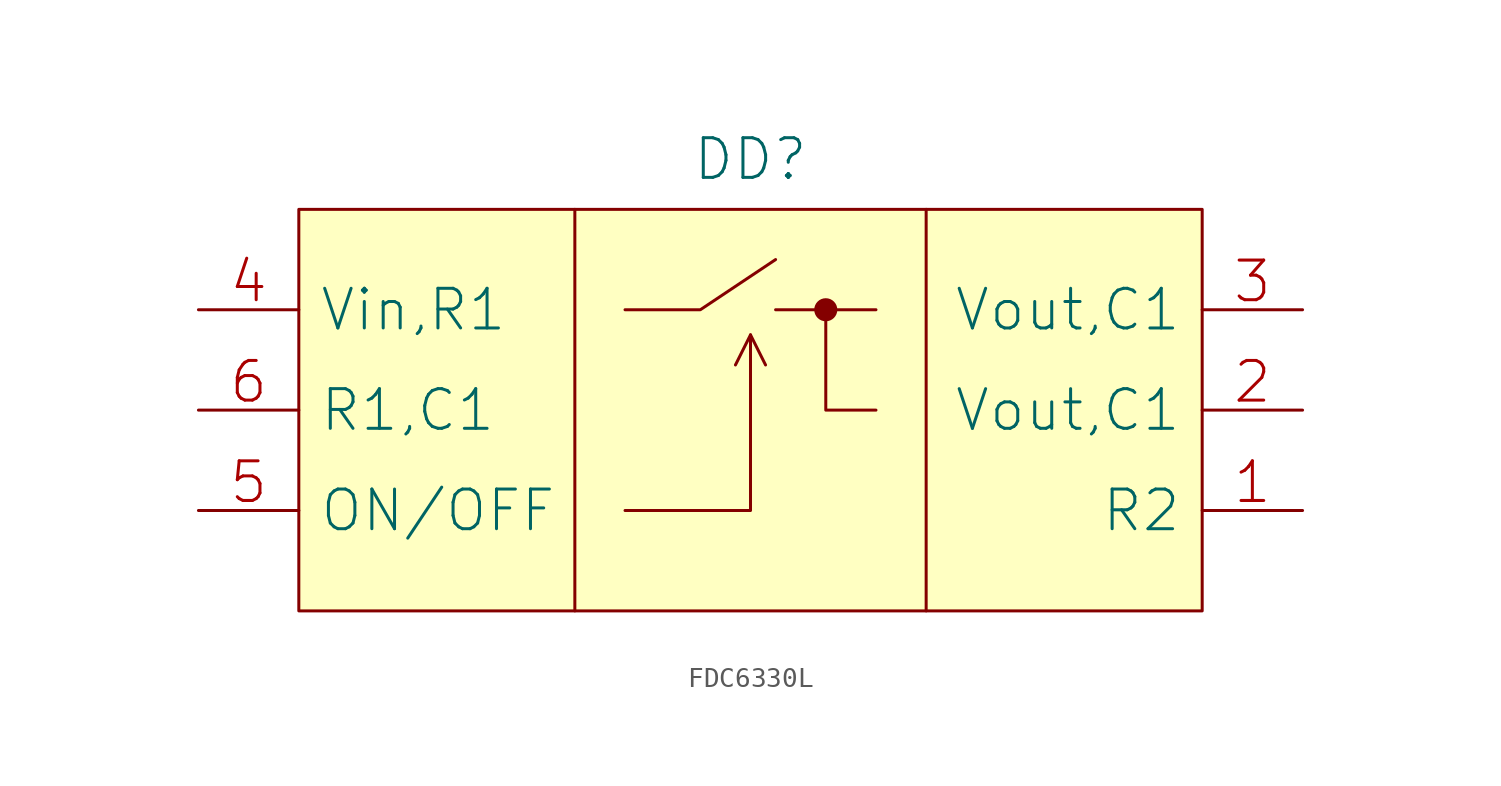
<source format=kicad_sym>
(kicad_symbol_lib
  (version 20231120)
  (generator "kicad_symbol_editor")
  (generator_version "8.0")
  (symbol "FDC6330L"
    (pin_names
      (offset 1.016))
    (property "Reference" "DD"
      (at 0 12.7 0)
      (effects (font (size 2.007 2.007))))
    (symbol "FDC6330L_0_1"
      (rectangle (start -22.86 10.16) (end 22.86 -10.16) (stroke (width 0) (type solid)) (fill (type background)))
      (polyline (pts (xy -8.89 10.16) (xy -8.89 -10.16)) (stroke (width 0) (type solid)) (fill (type none)))
      (polyline (pts (xy 0.762 2.286) (xy 0 3.81)) (stroke (width 0) (type solid)) (fill (type none)))
      (polyline (pts (xy 1.27 5.08) (xy 6.35 5.08)) (stroke (width 0) (type solid)) (fill (type none)))
      (polyline (pts (xy 8.89 10.16) (xy 8.89 -10.16)) (stroke (width 0) (type solid)) (fill (type none)))
      (polyline (pts (xy -6.35 5.08) (xy -2.54 5.08) (xy 1.27 7.62)) (stroke (width 0) (type solid)) (fill (type none)))
      (polyline (pts (xy 6.35 0) (xy 3.81 0) (xy 3.81 5.08)) (stroke (width 0) (type solid)) (fill (type none)))
      (polyline (pts (xy -6.35 -5.08) (xy 0 -5.08) (xy 0 3.81) (xy -0.762 2.286)) (stroke (width 0) (type solid)) (fill (type none)))
      (circle (center 3.81 5.08) (radius 0.508) (stroke (width 0) (type solid)) (fill (type outline))))
    (symbol "FDC6330L_1_1"
      (pin passive line (at 27.94 -5.08 180) (length 5.08) (name "R2" (effects (font (size 2.007 2.007)))) (number "1" (effects (font (size 2.007 2.007)))))
      (pin power_out line (at 27.94 0 180) (length 5.08) (name "Vout,C1" (effects (font (size 2.007 2.007)))) (number "2" (effects (font (size 2.007 2.007)))))
      (pin power_out line (at 27.94 5.08 180) (length 5.08) (name "Vout,C1" (effects (font (size 2.007 2.007)))) (number "3" (effects (font (size 2.007 2.007)))))
      (pin power_in line (at -27.94 5.08 0) (length 5.08) (name "Vin,R1" (effects (font (size 2.007 2.007)))) (number "4" (effects (font (size 2.007 2.007)))))
      (pin input line (at -27.94 -5.08 0) (length 5.08) (name "ON/OFF" (effects (font (size 2.007 2.007)))) (number "5" (effects (font (size 2.007 2.007)))))
      (pin passive line (at -27.94 0 0) (length 5.08) (name "R1,C1" (effects (font (size 2.007 2.007)))) (number "6" (effects (font (size 2.007 2.007))))))))
</source>
